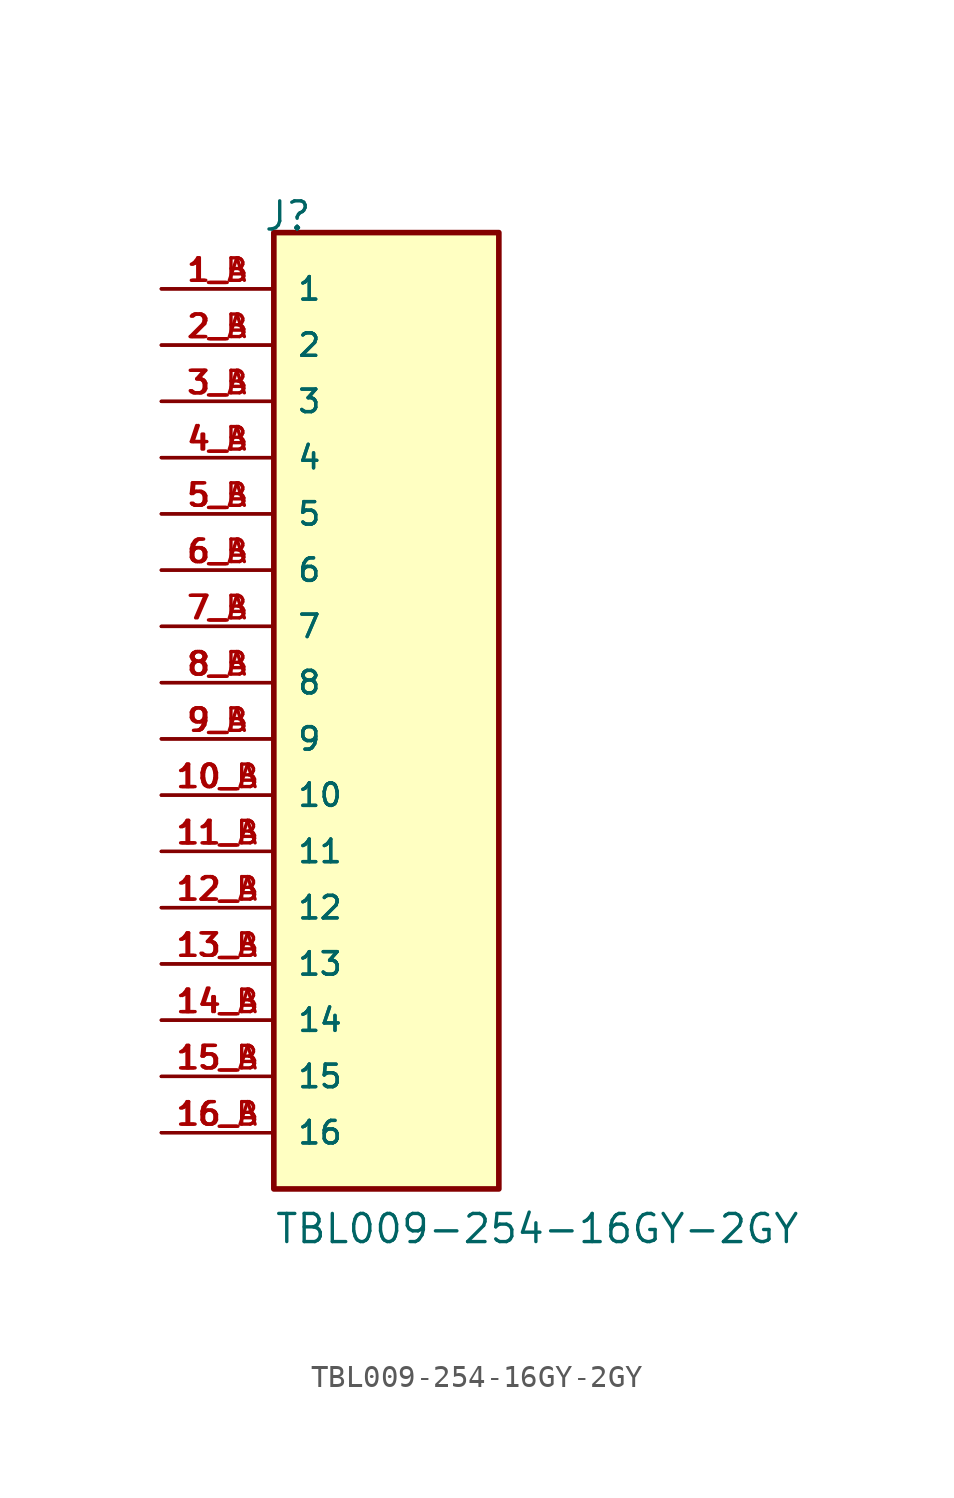
<source format=kicad_sym>
(kicad_symbol_lib
  (version 20211014)
  (generator kicad_symbol_editor)
  (symbol "TBL009-254-16GY-2GY"
    (pin_names
      (offset 1.016))
    (property "Reference" "J"
      (at -5.58 22.86 0)
      (effects (font (size 1.27 1.27)) (justify bottom left)))
    (property "Value" "TBL009-254-16GY-2GY"
      (at -5.08 -22.86 0)
      (effects (font (size 1.27 1.27)) (justify bottom left)))
    (symbol "TBL009-254-16GY-2GY_0_0"
      (rectangle (start -5.08 -20.32) (end 5.08 22.86) (stroke (width 0.254)) (fill (type background)))
      (pin passive line (at -10.16 20.32 0) (length 5.08) (name "1" (effects (font (size 1.016 1.016)))) (number "1_A" (effects (font (size 1.016 1.016)))))
      (pin passive line (at -10.16 20.32 0) (length 5.08) (name "1" (effects (font (size 1.016 1.016)))) (number "1_B" (effects (font (size 1.016 1.016)))))
      (pin passive line (at -10.16 17.78 0) (length 5.08) (name "2" (effects (font (size 1.016 1.016)))) (number "2_A" (effects (font (size 1.016 1.016)))))
      (pin passive line (at -10.16 17.78 0) (length 5.08) (name "2" (effects (font (size 1.016 1.016)))) (number "2_B" (effects (font (size 1.016 1.016)))))
      (pin passive line (at -10.16 15.24 0) (length 5.08) (name "3" (effects (font (size 1.016 1.016)))) (number "3_A" (effects (font (size 1.016 1.016)))))
      (pin passive line (at -10.16 15.24 0) (length 5.08) (name "3" (effects (font (size 1.016 1.016)))) (number "3_B" (effects (font (size 1.016 1.016)))))
      (pin passive line (at -10.16 12.7 0) (length 5.08) (name "4" (effects (font (size 1.016 1.016)))) (number "4_A" (effects (font (size 1.016 1.016)))))
      (pin passive line (at -10.16 12.7 0) (length 5.08) (name "4" (effects (font (size 1.016 1.016)))) (number "4_B" (effects (font (size 1.016 1.016)))))
      (pin passive line (at -10.16 10.16 0) (length 5.08) (name "5" (effects (font (size 1.016 1.016)))) (number "5_A" (effects (font (size 1.016 1.016)))))
      (pin passive line (at -10.16 10.16 0) (length 5.08) (name "5" (effects (font (size 1.016 1.016)))) (number "5_B" (effects (font (size 1.016 1.016)))))
      (pin passive line (at -10.16 7.62 0) (length 5.08) (name "6" (effects (font (size 1.016 1.016)))) (number "6_A" (effects (font (size 1.016 1.016)))))
      (pin passive line (at -10.16 7.62 0) (length 5.08) (name "6" (effects (font (size 1.016 1.016)))) (number "6_B" (effects (font (size 1.016 1.016)))))
      (pin passive line (at -10.16 5.08 0) (length 5.08) (name "7" (effects (font (size 1.016 1.016)))) (number "7_A" (effects (font (size 1.016 1.016)))))
      (pin passive line (at -10.16 5.08 0) (length 5.08) (name "7" (effects (font (size 1.016 1.016)))) (number "7_B" (effects (font (size 1.016 1.016)))))
      (pin passive line (at -10.16 2.54 0) (length 5.08) (name "8" (effects (font (size 1.016 1.016)))) (number "8_A" (effects (font (size 1.016 1.016)))))
      (pin passive line (at -10.16 2.54 0) (length 5.08) (name "8" (effects (font (size 1.016 1.016)))) (number "8_B" (effects (font (size 1.016 1.016)))))
      (pin passive line (at -10.16 0.0 0) (length 5.08) (name "9" (effects (font (size 1.016 1.016)))) (number "9_A" (effects (font (size 1.016 1.016)))))
      (pin passive line (at -10.16 0.0 0) (length 5.08) (name "9" (effects (font (size 1.016 1.016)))) (number "9_B" (effects (font (size 1.016 1.016)))))
      (pin passive line (at -10.16 -2.54 0) (length 5.08) (name "10" (effects (font (size 1.016 1.016)))) (number "10_A" (effects (font (size 1.016 1.016)))))
      (pin passive line (at -10.16 -2.54 0) (length 5.08) (name "10" (effects (font (size 1.016 1.016)))) (number "10_B" (effects (font (size 1.016 1.016)))))
      (pin passive line (at -10.16 -5.08 0) (length 5.08) (name "11" (effects (font (size 1.016 1.016)))) (number "11_A" (effects (font (size 1.016 1.016)))))
      (pin passive line (at -10.16 -5.08 0) (length 5.08) (name "11" (effects (font (size 1.016 1.016)))) (number "11_B" (effects (font (size 1.016 1.016)))))
      (pin passive line (at -10.16 -7.62 0) (length 5.08) (name "12" (effects (font (size 1.016 1.016)))) (number "12_A" (effects (font (size 1.016 1.016)))))
      (pin passive line (at -10.16 -7.62 0) (length 5.08) (name "12" (effects (font (size 1.016 1.016)))) (number "12_B" (effects (font (size 1.016 1.016)))))
      (pin passive line (at -10.16 -10.16 0) (length 5.08) (name "13" (effects (font (size 1.016 1.016)))) (number "13_A" (effects (font (size 1.016 1.016)))))
      (pin passive line (at -10.16 -10.16 0) (length 5.08) (name "13" (effects (font (size 1.016 1.016)))) (number "13_B" (effects (font (size 1.016 1.016)))))
      (pin passive line (at -10.16 -12.7 0) (length 5.08) (name "14" (effects (font (size 1.016 1.016)))) (number "14_A" (effects (font (size 1.016 1.016)))))
      (pin passive line (at -10.16 -12.7 0) (length 5.08) (name "14" (effects (font (size 1.016 1.016)))) (number "14_B" (effects (font (size 1.016 1.016)))))
      (pin passive line (at -10.16 -15.24 0) (length 5.08) (name "15" (effects (font (size 1.016 1.016)))) (number "15_A" (effects (font (size 1.016 1.016)))))
      (pin passive line (at -10.16 -15.24 0) (length 5.08) (name "15" (effects (font (size 1.016 1.016)))) (number "15_B" (effects (font (size 1.016 1.016)))))
      (pin passive line (at -10.16 -17.78 0) (length 5.08) (name "16" (effects (font (size 1.016 1.016)))) (number "16_A" (effects (font (size 1.016 1.016)))))
      (pin passive line (at -10.16 -17.78 0) (length 5.08) (name "16" (effects (font (size 1.016 1.016)))) (number "16_B" (effects (font (size 1.016 1.016))))))))
</source>
